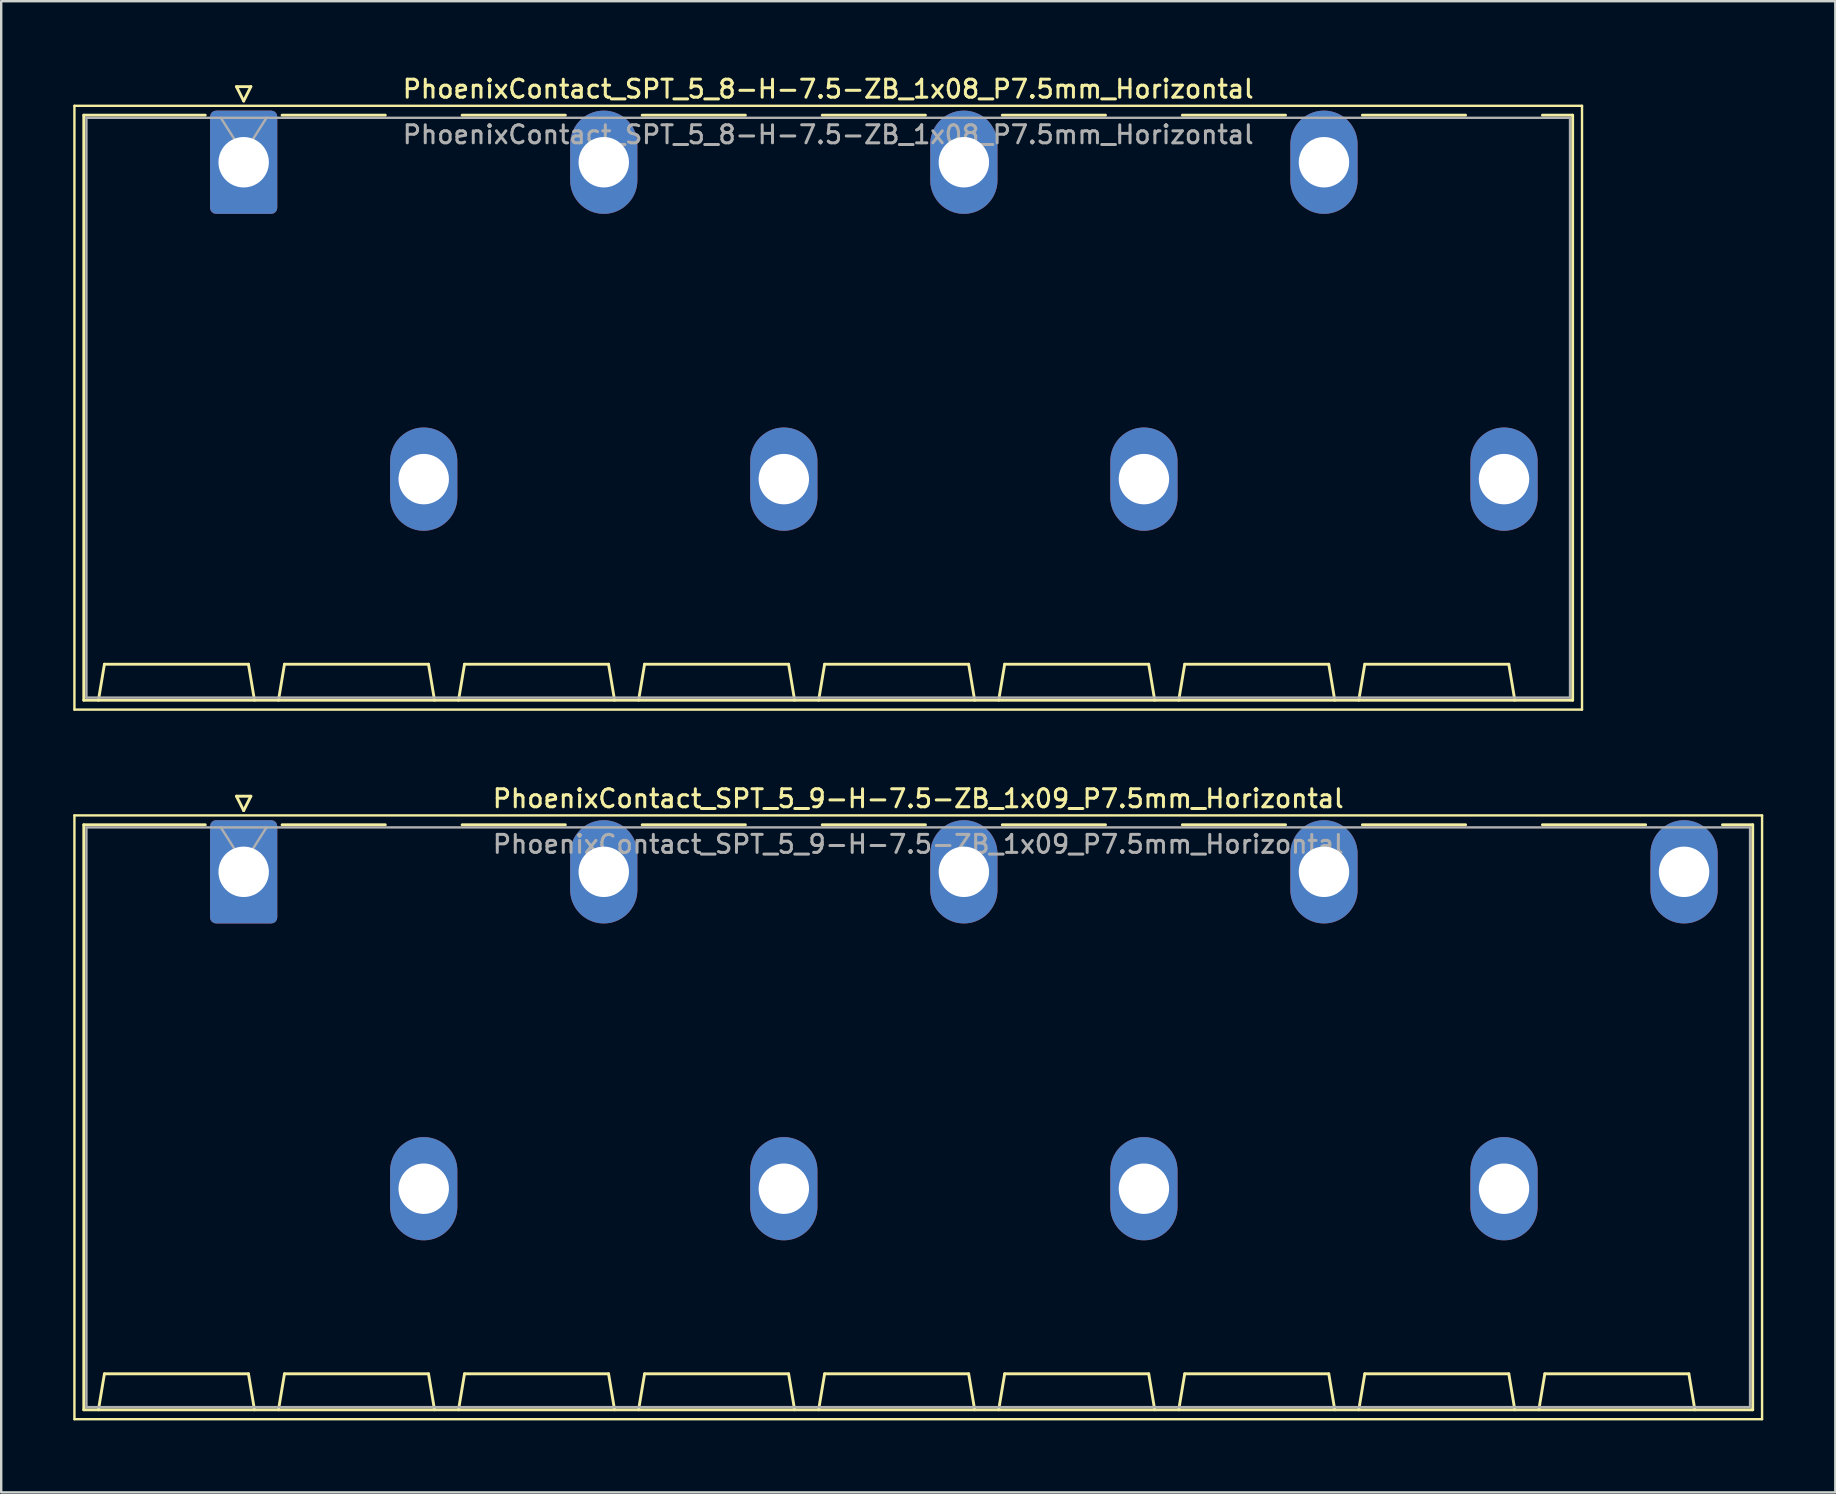
<source format=kicad_pcb>
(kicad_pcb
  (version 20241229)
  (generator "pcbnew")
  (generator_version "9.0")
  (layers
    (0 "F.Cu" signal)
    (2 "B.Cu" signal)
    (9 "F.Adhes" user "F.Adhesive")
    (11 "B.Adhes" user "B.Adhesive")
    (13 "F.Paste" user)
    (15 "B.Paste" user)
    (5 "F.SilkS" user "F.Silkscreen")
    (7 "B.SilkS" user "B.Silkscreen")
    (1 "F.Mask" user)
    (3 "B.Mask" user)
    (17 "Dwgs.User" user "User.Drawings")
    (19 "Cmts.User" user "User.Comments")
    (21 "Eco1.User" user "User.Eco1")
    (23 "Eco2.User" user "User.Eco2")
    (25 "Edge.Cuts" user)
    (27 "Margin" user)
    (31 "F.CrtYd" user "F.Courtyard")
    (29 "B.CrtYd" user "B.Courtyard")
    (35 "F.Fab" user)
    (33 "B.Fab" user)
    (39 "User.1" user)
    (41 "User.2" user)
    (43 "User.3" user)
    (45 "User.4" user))
  (footprint "PhoenixContact_SPT_5_9-H-7.5-ZB_1x09_P7.5mm_Horizontal"
    (layer "F.Cu")
    (at 7.1 33.266)
    (property "Reference" "PhoenixContact_SPT_5_9-H-7.5-ZB_1x09_P7.5mm_Horizontal" (at 28.1 -3.05 0) (layer "F.SilkS") (effects (font (size 0.75 0.75) (thickness 0.125))))
    (attr through_hole)
    (fp_line (start -7.05 -2.35) (end -7.05 22.8) (stroke (width 0.1) (type solid)) (layer "F.SilkS"))
    (fp_line (start -7.05 22.8) (end 63.25 22.8) (stroke (width 0.1) (type solid)) (layer "F.SilkS"))
    (fp_line (start -6.66 -1.96) (end -1.6 -1.96) (stroke (width 0.12) (type solid)) (layer "F.SilkS"))
    (fp_line (start -6.66 22.41) (end -6.66 -1.96) (stroke (width 0.12) (type solid)) (layer "F.SilkS"))
    (fp_line (start -6.05 22.41) (end -5.8 20.91) (stroke (width 0.12) (type solid)) (layer "F.SilkS"))
    (fp_line (start -5.8 20.91) (end 0.2 20.91) (stroke (width 0.12) (type solid)) (layer "F.SilkS"))
    (fp_line (start -0.3 -3.15) (end 0 -2.55) (stroke (width 0.12) (type solid)) (layer "F.SilkS"))
    (fp_line (start -0.3 -3.15) (end 0.3 -3.15) (stroke (width 0.12) (type solid)) (layer "F.SilkS"))
    (fp_line (start 0.3 -3.15) (end 0 -2.55) (stroke (width 0.12) (type solid)) (layer "F.SilkS"))
    (fp_line (start 0.45 22.41) (end 0.2 20.91) (stroke (width 0.12) (type solid)) (layer "F.SilkS"))
    (fp_line (start 1.45 22.41) (end 1.7 20.91) (stroke (width 0.12) (type solid)) (layer "F.SilkS"))
    (fp_line (start 1.6 -1.96) (end 5.9 -1.96) (stroke (width 0.12) (type solid)) (layer "F.SilkS"))
    (fp_line (start 1.7 20.91) (end 7.7 20.91) (stroke (width 0.12) (type solid)) (layer "F.SilkS"))
    (fp_line (start 7.95 22.41) (end 7.7 20.91) (stroke (width 0.12) (type solid)) (layer "F.SilkS"))
    (fp_line (start 8.95 22.41) (end 9.2 20.91) (stroke (width 0.12) (type solid)) (layer "F.SilkS"))
    (fp_line (start 9.1 -1.96) (end 13.4 -1.96) (stroke (width 0.12) (type solid)) (layer "F.SilkS"))
    (fp_line (start 9.2 20.91) (end 15.2 20.91) (stroke (width 0.12) (type solid)) (layer "F.SilkS"))
    (fp_line (start 15.45 22.41) (end 15.2 20.91) (stroke (width 0.12) (type solid)) (layer "F.SilkS"))
    (fp_line (start 16.45 22.41) (end 16.7 20.91) (stroke (width 0.12) (type solid)) (layer "F.SilkS"))
    (fp_line (start 16.6 -1.96) (end 20.9 -1.96) (stroke (width 0.12) (type solid)) (layer "F.SilkS"))
    (fp_line (start 16.7 20.91) (end 22.7 20.91) (stroke (width 0.12) (type solid)) (layer "F.SilkS"))
    (fp_line (start 22.95 22.41) (end 22.7 20.91) (stroke (width 0.12) (type solid)) (layer "F.SilkS"))
    (fp_line (start 23.95 22.41) (end 24.2 20.91) (stroke (width 0.12) (type solid)) (layer "F.SilkS"))
    (fp_line (start 24.1 -1.96) (end 28.4 -1.96) (stroke (width 0.12) (type solid)) (layer "F.SilkS"))
    (fp_line (start 24.2 20.91) (end 30.2 20.91) (stroke (width 0.12) (type solid)) (layer "F.SilkS"))
    (fp_line (start 30.45 22.41) (end 30.2 20.91) (stroke (width 0.12) (type solid)) (layer "F.SilkS"))
    (fp_line (start 31.45 22.41) (end 31.7 20.91) (stroke (width 0.12) (type solid)) (layer "F.SilkS"))
    (fp_line (start 31.6 -1.96) (end 35.9 -1.96) (stroke (width 0.12) (type solid)) (layer "F.SilkS"))
    (fp_line (start 31.7 20.91) (end 37.7 20.91) (stroke (width 0.12) (type solid)) (layer "F.SilkS"))
    (fp_line (start 37.95 22.41) (end 37.7 20.91) (stroke (width 0.12) (type solid)) (layer "F.SilkS"))
    (fp_line (start 38.95 22.41) (end 39.2 20.91) (stroke (width 0.12) (type solid)) (layer "F.SilkS"))
    (fp_line (start 39.1 -1.96) (end 43.4 -1.96) (stroke (width 0.12) (type solid)) (layer "F.SilkS"))
    (fp_line (start 39.2 20.91) (end 45.2 20.91) (stroke (width 0.12) (type solid)) (layer "F.SilkS"))
    (fp_line (start 45.45 22.41) (end 45.2 20.91) (stroke (width 0.12) (type solid)) (layer "F.SilkS"))
    (fp_line (start 46.45 22.41) (end 46.7 20.91) (stroke (width 0.12) (type solid)) (layer "F.SilkS"))
    (fp_line (start 46.6 -1.96) (end 50.9 -1.96) (stroke (width 0.12) (type solid)) (layer "F.SilkS"))
    (fp_line (start 46.7 20.91) (end 52.7 20.91) (stroke (width 0.12) (type solid)) (layer "F.SilkS"))
    (fp_line (start 52.95 22.41) (end 52.7 20.91) (stroke (width 0.12) (type solid)) (layer "F.SilkS"))
    (fp_line (start 53.95 22.41) (end 54.2 20.91) (stroke (width 0.12) (type solid)) (layer "F.SilkS"))
    (fp_line (start 54.1 -1.96) (end 58.4 -1.96) (stroke (width 0.12) (type solid)) (layer "F.SilkS"))
    (fp_line (start 54.2 20.91) (end 60.2 20.91) (stroke (width 0.12) (type solid)) (layer "F.SilkS"))
    (fp_line (start 60.45 22.41) (end 60.2 20.91) (stroke (width 0.12) (type solid)) (layer "F.SilkS"))
    (fp_line (start 61.6 -1.96) (end 62.86 -1.96) (stroke (width 0.12) (type solid)) (layer "F.SilkS"))
    (fp_line (start 62.86 -1.96) (end 62.86 22.41) (stroke (width 0.12) (type solid)) (layer "F.SilkS"))
    (fp_line (start 62.86 22.41) (end -6.66 22.41) (stroke (width 0.12) (type solid)) (layer "F.SilkS"))
    (fp_line (start 63.25 -2.35) (end -7.05 -2.35) (stroke (width 0.1) (type solid)) (layer "F.SilkS"))
    (fp_line (start 63.25 22.8) (end 63.25 -2.35) (stroke (width 0.1) (type solid)) (layer "F.SilkS"))
    (fp_line (start -6.55 -1.85) (end -6.55 22.3) (stroke (width 0.1) (type solid)) (layer "F.Fab"))
    (fp_line (start -6.55 22.3) (end 62.75 22.3) (stroke (width 0.1) (type solid)) (layer "F.Fab"))
    (fp_line (start -0.95 -1.85) (end 0 -0.35) (stroke (width 0.1) (type solid)) (layer "F.Fab"))
    (fp_line (start 0.95 -1.85) (end 0 -0.35) (stroke (width 0.1) (type solid)) (layer "F.Fab"))
    (fp_line (start 62.75 -1.85) (end -6.55 -1.85) (stroke (width 0.1) (type solid)) (layer "F.Fab"))
    (fp_line (start 62.75 22.3) (end 62.75 -1.85) (stroke (width 0.1) (type solid)) (layer "F.Fab"))
    (fp_text user "${REFERENCE}" (at 28.1 -1.15 0) (layer "F.Fab") (effects (font (size 0.75 0.75) (thickness 0.125))))
    (pad "1" thru_hole roundrect (at 0 0) (size 2.8 4.3) (drill 2.1) (layers "*.Cu" "*.Mask") (roundrect_rratio 0.089))
    (pad "2" thru_hole oval (at 7.5 13.2) (size 2.8 4.3) (drill 2.1) (layers "*.Cu" "*.Mask"))
    (pad "3" thru_hole oval (at 15 0) (size 2.8 4.3) (drill 2.1) (layers "*.Cu" "*.Mask"))
    (pad "4" thru_hole oval (at 22.5 13.2) (size 2.8 4.3) (drill 2.1) (layers "*.Cu" "*.Mask"))
    (pad "5" thru_hole oval (at 30 0) (size 2.8 4.3) (drill 2.1) (layers "*.Cu" "*.Mask"))
    (pad "6" thru_hole oval (at 37.5 13.2) (size 2.8 4.3) (drill 2.1) (layers "*.Cu" "*.Mask"))
    (pad "7" thru_hole oval (at 45 0) (size 2.8 4.3) (drill 2.1) (layers "*.Cu" "*.Mask"))
    (pad "8" thru_hole oval (at 52.5 13.2) (size 2.8 4.3) (drill 2.1) (layers "*.Cu" "*.Mask"))
    (pad "9" thru_hole oval (at 60 0) (size 2.8 4.3) (drill 2.1) (layers "*.Cu" "*.Mask")))
  (footprint "PhoenixContact_SPT_5_8-H-7.5-ZB_1x08_P7.5mm_Horizontal"
    (layer "F.Cu")
    (at 7.1 3.708)
    (property "Reference" "PhoenixContact_SPT_5_8-H-7.5-ZB_1x08_P7.5mm_Horizontal" (at 24.35 -3.05 0) (layer "F.SilkS") (effects (font (size 0.75 0.75) (thickness 0.125))))
    (attr through_hole)
    (fp_line (start -7.05 -2.35) (end -7.05 22.8) (stroke (width 0.1) (type solid)) (layer "F.SilkS"))
    (fp_line (start -7.05 22.8) (end 55.75 22.8) (stroke (width 0.1) (type solid)) (layer "F.SilkS"))
    (fp_line (start -6.66 -1.96) (end -1.6 -1.96) (stroke (width 0.12) (type solid)) (layer "F.SilkS"))
    (fp_line (start -6.66 22.41) (end -6.66 -1.96) (stroke (width 0.12) (type solid)) (layer "F.SilkS"))
    (fp_line (start -6.05 22.41) (end -5.8 20.91) (stroke (width 0.12) (type solid)) (layer "F.SilkS"))
    (fp_line (start -5.8 20.91) (end 0.2 20.91) (stroke (width 0.12) (type solid)) (layer "F.SilkS"))
    (fp_line (start -0.3 -3.15) (end 0 -2.55) (stroke (width 0.12) (type solid)) (layer "F.SilkS"))
    (fp_line (start -0.3 -3.15) (end 0.3 -3.15) (stroke (width 0.12) (type solid)) (layer "F.SilkS"))
    (fp_line (start 0.3 -3.15) (end 0 -2.55) (stroke (width 0.12) (type solid)) (layer "F.SilkS"))
    (fp_line (start 0.45 22.41) (end 0.2 20.91) (stroke (width 0.12) (type solid)) (layer "F.SilkS"))
    (fp_line (start 1.45 22.41) (end 1.7 20.91) (stroke (width 0.12) (type solid)) (layer "F.SilkS"))
    (fp_line (start 1.6 -1.96) (end 5.9 -1.96) (stroke (width 0.12) (type solid)) (layer "F.SilkS"))
    (fp_line (start 1.7 20.91) (end 7.7 20.91) (stroke (width 0.12) (type solid)) (layer "F.SilkS"))
    (fp_line (start 7.95 22.41) (end 7.7 20.91) (stroke (width 0.12) (type solid)) (layer "F.SilkS"))
    (fp_line (start 8.95 22.41) (end 9.2 20.91) (stroke (width 0.12) (type solid)) (layer "F.SilkS"))
    (fp_line (start 9.1 -1.96) (end 13.4 -1.96) (stroke (width 0.12) (type solid)) (layer "F.SilkS"))
    (fp_line (start 9.2 20.91) (end 15.2 20.91) (stroke (width 0.12) (type solid)) (layer "F.SilkS"))
    (fp_line (start 15.45 22.41) (end 15.2 20.91) (stroke (width 0.12) (type solid)) (layer "F.SilkS"))
    (fp_line (start 16.45 22.41) (end 16.7 20.91) (stroke (width 0.12) (type solid)) (layer "F.SilkS"))
    (fp_line (start 16.6 -1.96) (end 20.9 -1.96) (stroke (width 0.12) (type solid)) (layer "F.SilkS"))
    (fp_line (start 16.7 20.91) (end 22.7 20.91) (stroke (width 0.12) (type solid)) (layer "F.SilkS"))
    (fp_line (start 22.95 22.41) (end 22.7 20.91) (stroke (width 0.12) (type solid)) (layer "F.SilkS"))
    (fp_line (start 23.95 22.41) (end 24.2 20.91) (stroke (width 0.12) (type solid)) (layer "F.SilkS"))
    (fp_line (start 24.1 -1.96) (end 28.4 -1.96) (stroke (width 0.12) (type solid)) (layer "F.SilkS"))
    (fp_line (start 24.2 20.91) (end 30.2 20.91) (stroke (width 0.12) (type solid)) (layer "F.SilkS"))
    (fp_line (start 30.45 22.41) (end 30.2 20.91) (stroke (width 0.12) (type solid)) (layer "F.SilkS"))
    (fp_line (start 31.45 22.41) (end 31.7 20.91) (stroke (width 0.12) (type solid)) (layer "F.SilkS"))
    (fp_line (start 31.6 -1.96) (end 35.9 -1.96) (stroke (width 0.12) (type solid)) (layer "F.SilkS"))
    (fp_line (start 31.7 20.91) (end 37.7 20.91) (stroke (width 0.12) (type solid)) (layer "F.SilkS"))
    (fp_line (start 37.95 22.41) (end 37.7 20.91) (stroke (width 0.12) (type solid)) (layer "F.SilkS"))
    (fp_line (start 38.95 22.41) (end 39.2 20.91) (stroke (width 0.12) (type solid)) (layer "F.SilkS"))
    (fp_line (start 39.1 -1.96) (end 43.4 -1.96) (stroke (width 0.12) (type solid)) (layer "F.SilkS"))
    (fp_line (start 39.2 20.91) (end 45.2 20.91) (stroke (width 0.12) (type solid)) (layer "F.SilkS"))
    (fp_line (start 45.45 22.41) (end 45.2 20.91) (stroke (width 0.12) (type solid)) (layer "F.SilkS"))
    (fp_line (start 46.45 22.41) (end 46.7 20.91) (stroke (width 0.12) (type solid)) (layer "F.SilkS"))
    (fp_line (start 46.6 -1.96) (end 50.9 -1.96) (stroke (width 0.12) (type solid)) (layer "F.SilkS"))
    (fp_line (start 46.7 20.91) (end 52.7 20.91) (stroke (width 0.12) (type solid)) (layer "F.SilkS"))
    (fp_line (start 52.95 22.41) (end 52.7 20.91) (stroke (width 0.12) (type solid)) (layer "F.SilkS"))
    (fp_line (start 54.1 -1.96) (end 55.36 -1.96) (stroke (width 0.12) (type solid)) (layer "F.SilkS"))
    (fp_line (start 55.36 -1.96) (end 55.36 22.41) (stroke (width 0.12) (type solid)) (layer "F.SilkS"))
    (fp_line (start 55.36 22.41) (end -6.66 22.41) (stroke (width 0.12) (type solid)) (layer "F.SilkS"))
    (fp_line (start 55.75 -2.35) (end -7.05 -2.35) (stroke (width 0.1) (type solid)) (layer "F.SilkS"))
    (fp_line (start 55.75 22.8) (end 55.75 -2.35) (stroke (width 0.1) (type solid)) (layer "F.SilkS"))
    (fp_line (start -6.55 -1.85) (end -6.55 22.3) (stroke (width 0.1) (type solid)) (layer "F.Fab"))
    (fp_line (start -6.55 22.3) (end 55.25 22.3) (stroke (width 0.1) (type solid)) (layer "F.Fab"))
    (fp_line (start -0.95 -1.85) (end 0 -0.35) (stroke (width 0.1) (type solid)) (layer "F.Fab"))
    (fp_line (start 0.95 -1.85) (end 0 -0.35) (stroke (width 0.1) (type solid)) (layer "F.Fab"))
    (fp_line (start 55.25 -1.85) (end -6.55 -1.85) (stroke (width 0.1) (type solid)) (layer "F.Fab"))
    (fp_line (start 55.25 22.3) (end 55.25 -1.85) (stroke (width 0.1) (type solid)) (layer "F.Fab"))
    (fp_text user "${REFERENCE}" (at 24.35 -1.15 0) (layer "F.Fab") (effects (font (size 0.75 0.75) (thickness 0.125))))
    (pad "1" thru_hole roundrect (at 0 0) (size 2.8 4.3) (drill 2.1) (layers "*.Cu" "*.Mask") (roundrect_rratio 0.089))
    (pad "2" thru_hole oval (at 7.5 13.2) (size 2.8 4.3) (drill 2.1) (layers "*.Cu" "*.Mask"))
    (pad "3" thru_hole oval (at 15 0) (size 2.8 4.3) (drill 2.1) (layers "*.Cu" "*.Mask"))
    (pad "4" thru_hole oval (at 22.5 13.2) (size 2.8 4.3) (drill 2.1) (layers "*.Cu" "*.Mask"))
    (pad "5" thru_hole oval (at 30 0) (size 2.8 4.3) (drill 2.1) (layers "*.Cu" "*.Mask"))
    (pad "6" thru_hole oval (at 37.5 13.2) (size 2.8 4.3) (drill 2.1) (layers "*.Cu" "*.Mask"))
    (pad "7" thru_hole oval (at 45 0) (size 2.8 4.3) (drill 2.1) (layers "*.Cu" "*.Mask"))
    (pad "8" thru_hole oval (at 52.5 13.2) (size 2.8 4.3) (drill 2.1) (layers "*.Cu" "*.Mask")))
  (gr_rect
    (start -3 -3)
    (end 73.4 59.116)
    (stroke (width 0.1) (type default))
    (fill no)
    (layer "Edge.Cuts")))
</source>
